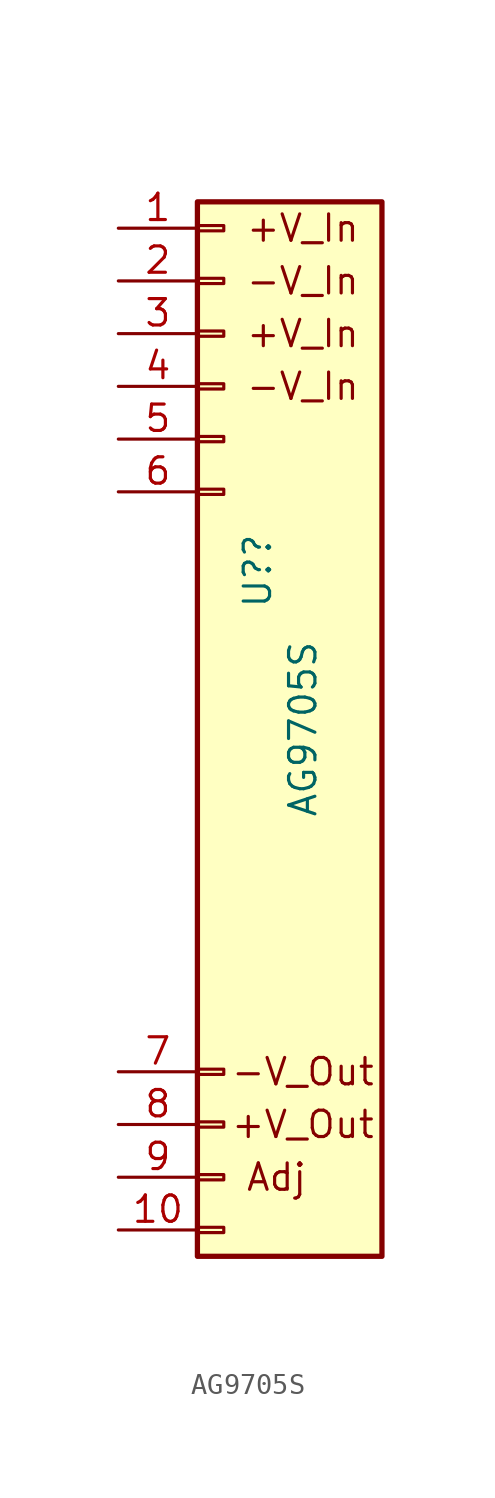
<source format=kicad_sym>
(kicad_symbol_lib
  (version 20211014)
  (generator kicad_symbol_editor)
  (symbol "AG9705S"
    (pin_names
      (offset 1.016) hide)
    (property "Reference" "U?"
      (at 1.626 6.35 90)
      (effects (font (size 1.27 1.27))))
    (property "Value" "AG9705S"
      (at 3.81 -1.27 90)
      (effects (font (size 1.27 1.27))))
    (symbol "AG9705S_0_0"
      (text "+V_In" (at 3.81 17.78 0) (effects (font (size 1.27 1.27))))
      (text "+V_In" (at 3.81 22.86 0) (effects (font (size 1.27 1.27))))
      (text "+V_Out" (at 3.81 -20.32 0) (effects (font (size 1.27 1.27))))
      (text "-V_In" (at 3.81 15.24 0) (effects (font (size 1.27 1.27))))
      (text "-V_In" (at 3.81 20.32 0) (effects (font (size 1.27 1.27))))
      (text "-V_Out" (at 3.81 -17.78 0) (effects (font (size 1.27 1.27))))
      (text "Adj" (at 2.54 -22.86 0) (effects (font (size 1.27 1.27)))))
    (symbol "AG9705S_1_1"
      (rectangle (start -1.27 -25.273) (end 0 -25.527) (stroke (width 0.152) (type default) (color 0 0 0 0)) (fill (type none)))
      (rectangle (start -1.27 -22.733) (end 0 -22.987) (stroke (width 0.152) (type default) (color 0 0 0 0)) (fill (type none)))
      (rectangle (start -1.27 -20.193) (end 0 -20.447) (stroke (width 0.152) (type default) (color 0 0 0 0)) (fill (type none)))
      (rectangle (start -1.27 -17.653) (end 0 -17.907) (stroke (width 0.152) (type default) (color 0 0 0 0)) (fill (type none)))
      (rectangle (start -1.27 10.287) (end 0 10.033) (stroke (width 0.152) (type default) (color 0 0 0 0)) (fill (type none)))
      (rectangle (start -1.27 12.827) (end 0 12.573) (stroke (width 0.152) (type default) (color 0 0 0 0)) (fill (type none)))
      (rectangle (start -1.27 15.367) (end 0 15.113) (stroke (width 0.152) (type default) (color 0 0 0 0)) (fill (type none)))
      (rectangle (start -1.27 17.907) (end 0 17.653) (stroke (width 0.152) (type default) (color 0 0 0 0)) (fill (type none)))
      (rectangle (start -1.27 20.447) (end 0 20.193) (stroke (width 0.152) (type default) (color 0 0 0 0)) (fill (type none)))
      (rectangle (start -1.27 22.987) (end 0 22.733) (stroke (width 0.152) (type default) (color 0 0 0 0)) (fill (type none)))
      (rectangle (start -1.27 24.13) (end 7.62 -26.67) (stroke (width 0.254) (type default) (color 0 0 0 0)) (fill (type background)))
      (pin power_in line (at -5.08 22.86 0) (length 3.81) (name "V+_In" (effects (font (size 1.27 1.27)))) (number "1" (effects (font (size 1.27 1.27)))))
      (pin free line (at -5.08 -25.4 0) (length 3.81) (name "NC" (effects (font (size 1.27 1.27)))) (number "10" (effects (font (size 1.27 1.27)))))
      (pin power_in line (at -5.08 20.32 0) (length 3.81) (name "V-_In" (effects (font (size 1.27 1.27)))) (number "2" (effects (font (size 1.27 1.27)))))
      (pin power_in line (at -5.08 17.78 0) (length 3.81) (name "V+_In" (effects (font (size 1.27 1.27)))) (number "3" (effects (font (size 1.27 1.27)))))
      (pin power_in line (at -5.08 15.24 0) (length 3.81) (name "V-_In" (effects (font (size 1.27 1.27)))) (number "4" (effects (font (size 1.27 1.27)))))
      (pin free line (at -5.08 12.7 0) (length 3.81) (name "NC" (effects (font (size 1.27 1.27)))) (number "5" (effects (font (size 1.27 1.27)))))
      (pin free line (at -5.08 10.16 0) (length 3.81) (name "NC" (effects (font (size 1.27 1.27)))) (number "6" (effects (font (size 1.27 1.27)))))
      (pin power_out line (at -5.08 -17.78 0) (length 3.81) (name "-VDC" (effects (font (size 1.27 1.27)))) (number "7" (effects (font (size 1.27 1.27)))))
      (pin power_out line (at -5.08 -20.32 0) (length 3.81) (name "VDC+" (effects (font (size 1.27 1.27)))) (number "8" (effects (font (size 1.27 1.27)))))
      (pin power_in line (at -5.08 -22.86 0) (length 3.81) (name "Adj" (effects (font (size 1.27 1.27)))) (number "9" (effects (font (size 1.27 1.27))))))))
</source>
